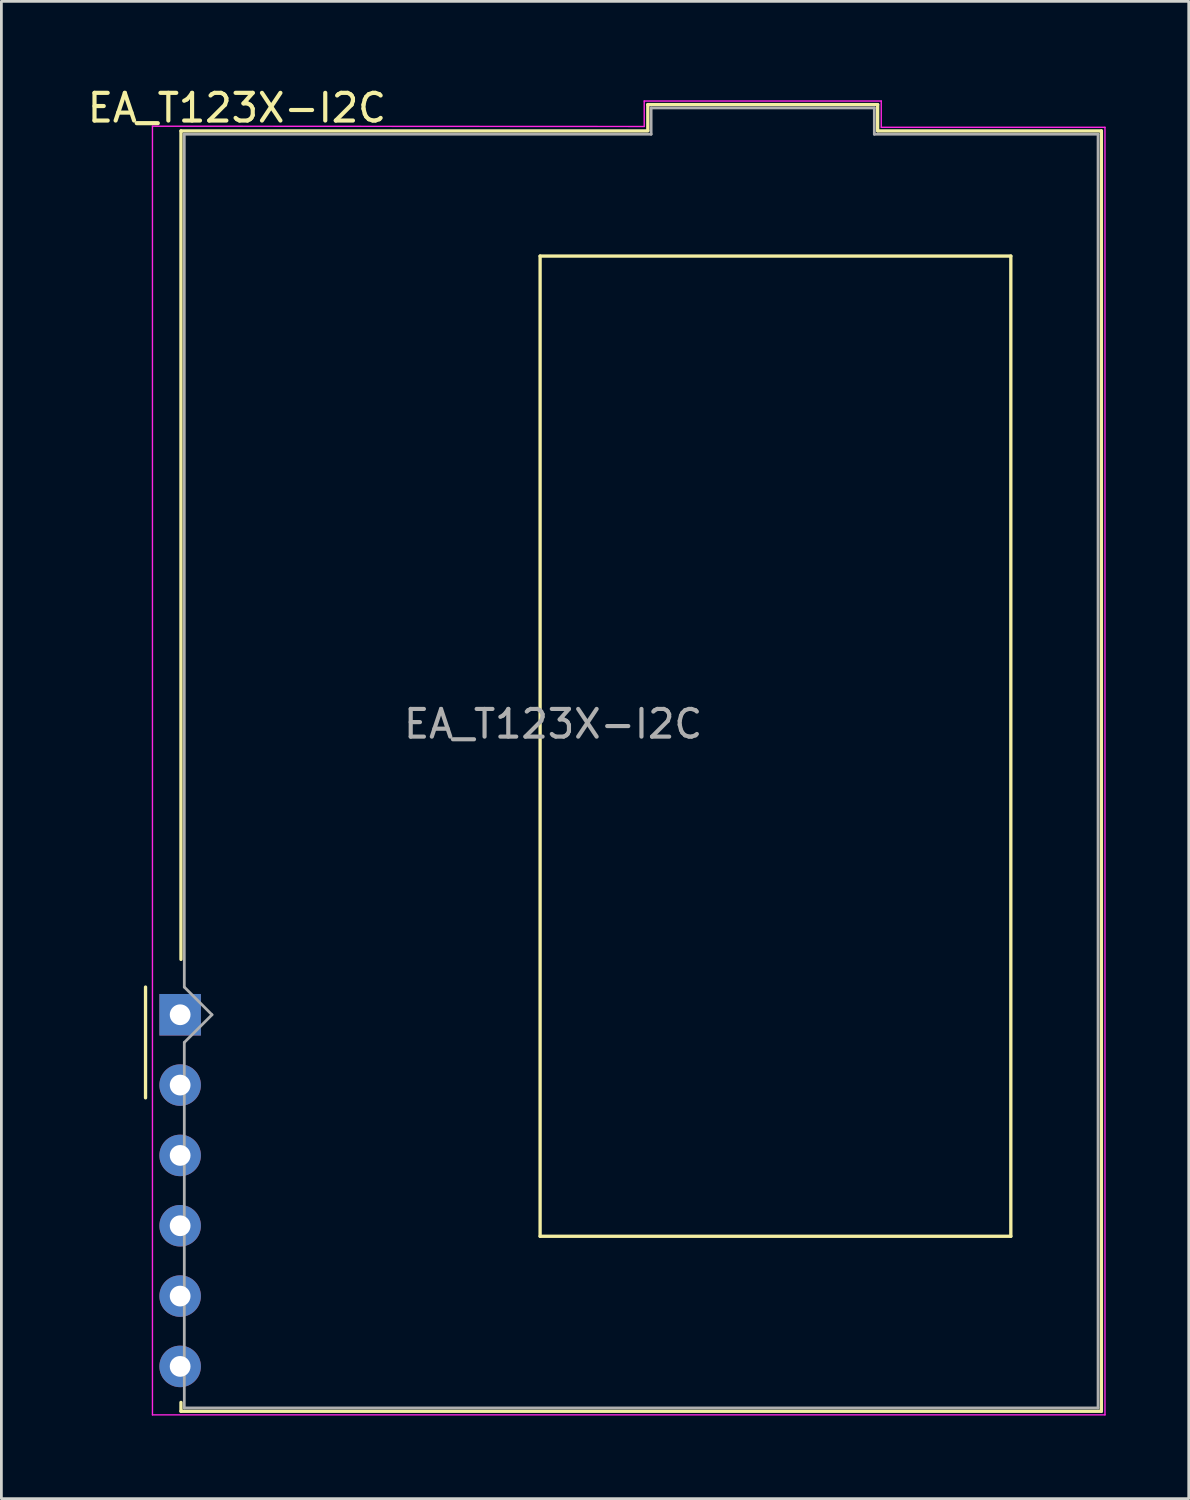
<source format=kicad_pcb>
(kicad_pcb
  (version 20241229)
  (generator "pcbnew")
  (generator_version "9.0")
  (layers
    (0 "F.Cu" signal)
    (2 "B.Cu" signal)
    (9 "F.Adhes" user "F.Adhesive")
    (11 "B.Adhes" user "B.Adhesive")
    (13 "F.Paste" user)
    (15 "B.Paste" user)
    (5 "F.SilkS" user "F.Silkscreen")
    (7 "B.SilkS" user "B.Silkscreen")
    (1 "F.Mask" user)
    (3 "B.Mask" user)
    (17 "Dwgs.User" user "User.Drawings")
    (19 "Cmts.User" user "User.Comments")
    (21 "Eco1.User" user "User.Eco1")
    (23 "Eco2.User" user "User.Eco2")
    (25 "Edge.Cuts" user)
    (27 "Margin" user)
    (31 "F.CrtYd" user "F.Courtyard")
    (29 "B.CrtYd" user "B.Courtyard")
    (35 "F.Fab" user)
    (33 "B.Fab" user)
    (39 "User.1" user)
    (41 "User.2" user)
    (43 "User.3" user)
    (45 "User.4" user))
  (footprint "EA_T123X-I2C"
    (layer "F.Cu")
    (at 3.456 33.598)
    (property "Reference" "EA_T123X-I2C" (at 2.05 -32.75 0) (layer "F.SilkS") (effects (font (size 1 1) (thickness 0.15))))
    (attr through_hole)
    (fp_line (start -1.25 -1) (end -1.25 3) (stroke (width 0.12) (type solid)) (layer "F.SilkS"))
    (fp_line (start 0.03 -31.92) (end 0.03 -2) (stroke (width 0.12) (type solid)) (layer "F.SilkS"))
    (fp_line (start 0.03 -31.92) (end 16.89 -31.92) (stroke (width 0.12) (type solid)) (layer "F.SilkS"))
    (fp_line (start 0.03 14.32) (end 0.03 14) (stroke (width 0.12) (type solid)) (layer "F.SilkS"))
    (fp_line (start 13 -27.4) (end 30 -27.4) (stroke (width 0.12) (type solid)) (layer "F.SilkS"))
    (fp_line (start 13 8) (end 13 -27.4) (stroke (width 0.12) (type solid)) (layer "F.SilkS"))
    (fp_line (start 13 8) (end 30 8) (stroke (width 0.12) (type solid)) (layer "F.SilkS"))
    (fp_line (start 16.89 -32.87) (end 16.89 -31.94) (stroke (width 0.12) (type solid)) (layer "F.SilkS"))
    (fp_line (start 25.19 -32.87) (end 16.89 -32.87) (stroke (width 0.12) (type solid)) (layer "F.SilkS"))
    (fp_line (start 25.19 -31.93) (end 25.19 -32.87) (stroke (width 0.12) (type solid)) (layer "F.SilkS"))
    (fp_line (start 25.19 -31.92) (end 33.27 -31.92) (stroke (width 0.12) (type solid)) (layer "F.SilkS"))
    (fp_line (start 30 -27.4) (end 30 8) (stroke (width 0.12) (type solid)) (layer "F.SilkS"))
    (fp_line (start 33.27 -31.92) (end 33.27 14.32) (stroke (width 0.12) (type solid)) (layer "F.SilkS"))
    (fp_line (start 33.27 14.32) (end 0.03 14.32) (stroke (width 0.12) (type solid)) (layer "F.SilkS"))
    (fp_line (start -1 -32.09) (end -1 14.45) (stroke (width 0.05) (type default)) (layer "F.CrtYd"))
    (fp_line (start 16.76 -33) (end 16.76 -32.08) (stroke (width 0.05) (type solid)) (layer "F.CrtYd"))
    (fp_line (start 16.76 -33) (end 25.32 -33) (stroke (width 0.05) (type default)) (layer "F.CrtYd"))
    (fp_line (start 16.76 -32.08) (end -1 -32.09) (stroke (width 0.05) (type solid)) (layer "F.CrtYd"))
    (fp_line (start 25.32 -32.06) (end 25.32 -33) (stroke (width 0.05) (type solid)) (layer "F.CrtYd"))
    (fp_line (start 25.32 -32.05) (end 33.4 -32.05) (stroke (width 0.05) (type solid)) (layer "F.CrtYd"))
    (fp_line (start 33.4 -32.05) (end 33.4 14.45) (stroke (width 0.05) (type solid)) (layer "F.CrtYd"))
    (fp_line (start 33.4 14.45) (end -1 14.45) (stroke (width 0.05) (type solid)) (layer "F.CrtYd"))
    (fp_line (start 0.15 -31.8) (end 17.01 -31.8) (stroke (width 0.1) (type solid)) (layer "F.Fab"))
    (fp_line (start 0.15 -1) (end 0.15 -31.8) (stroke (width 0.1) (type solid)) (layer "F.Fab"))
    (fp_line (start 0.15 -1) (end 1.15 0) (stroke (width 0.1) (type solid)) (layer "F.Fab"))
    (fp_line (start 0.15 1) (end 0.15 14.2) (stroke (width 0.1) (type solid)) (layer "F.Fab"))
    (fp_line (start 0.15 14.2) (end 33.15 14.2) (stroke (width 0.1) (type solid)) (layer "F.Fab"))
    (fp_line (start 1.15 0) (end 0.15 1) (stroke (width 0.1) (type solid)) (layer "F.Fab"))
    (fp_line (start 17.01 -32.75) (end 17.01 -31.8) (stroke (width 0.1) (type solid)) (layer "F.Fab"))
    (fp_line (start 25.07 -32.75) (end 17.01 -32.75) (stroke (width 0.1) (type solid)) (layer "F.Fab"))
    (fp_line (start 25.07 -31.8) (end 25.07 -32.75) (stroke (width 0.1) (type solid)) (layer "F.Fab"))
    (fp_line (start 25.07 -31.8) (end 33.15 -31.8) (stroke (width 0.1) (type solid)) (layer "F.Fab"))
    (fp_line (start 33.15 -31.8) (end 33.15 14.2) (stroke (width 0.1) (type solid)) (layer "F.Fab"))
    (fp_text user "${REFERENCE}" (at 13.47 -10.5 0) (layer "F.Fab") (effects (font (size 1 1) (thickness 0.15))))
    (pad "1" thru_hole rect (at 0 0) (size 1.5 1.5) (drill 0.75) (layers "*.Cu" "*.Mask"))
    (pad "2" thru_hole circle (at 0 2.54) (size 1.5 1.5) (drill 0.75) (layers "*.Cu" "*.Mask"))
    (pad "3" thru_hole circle (at 0 5.08) (size 1.5 1.5) (drill 0.75) (layers "*.Cu" "*.Mask"))
    (pad "4" thru_hole circle (at 0 7.62) (size 1.5 1.5) (drill 0.75) (layers "*.Cu" "*.Mask"))
    (pad "5" thru_hole circle (at 0 10.16) (size 1.5 1.5) (drill 0.75) (layers "*.Cu" "*.Mask"))
    (pad "6" thru_hole circle (at 0 12.7) (size 1.5 1.5) (drill 0.75) (layers "*.Cu" "*.Mask")))
  (gr_rect
    (start -3 -3)
    (end 39.881 51.073)
    (stroke (width 0.1) (type default))
    (fill no)
    (layer "Edge.Cuts")))
</source>
